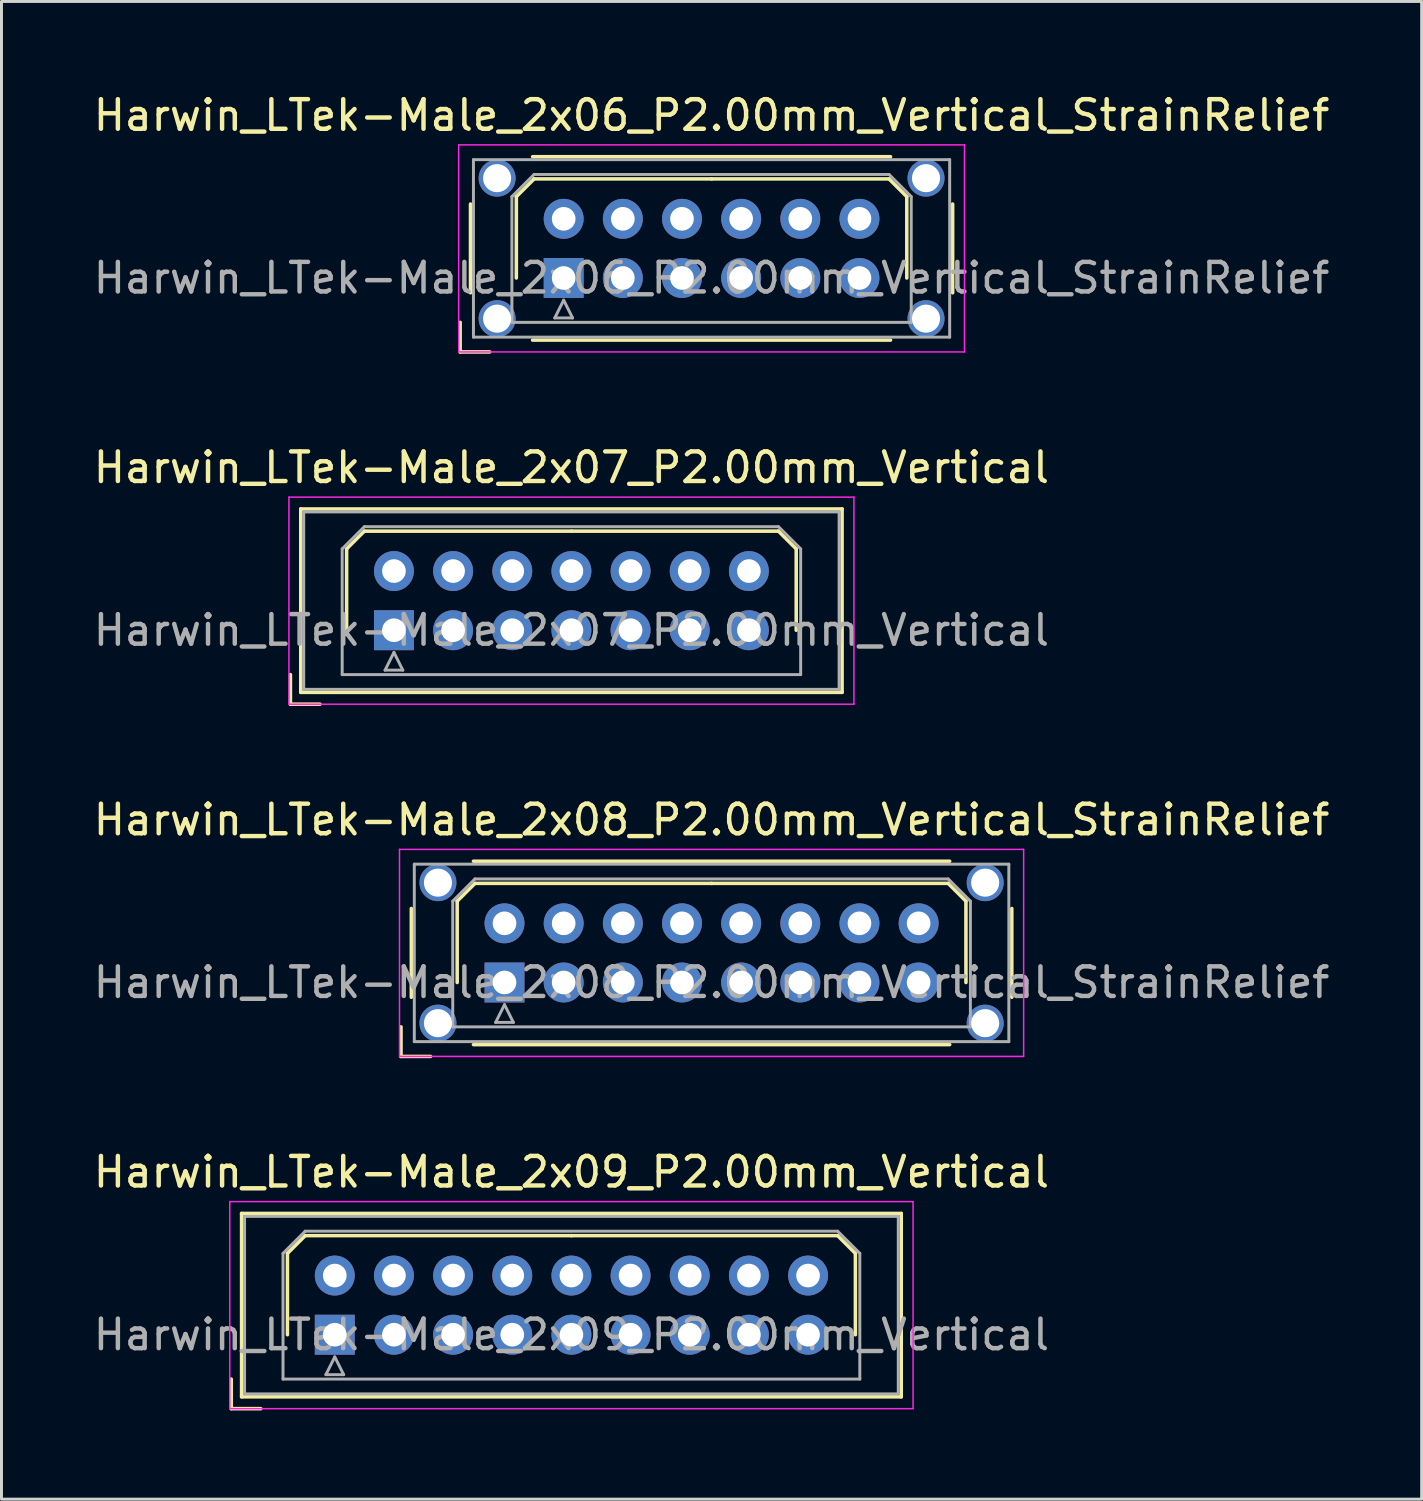
<source format=kicad_pcb>
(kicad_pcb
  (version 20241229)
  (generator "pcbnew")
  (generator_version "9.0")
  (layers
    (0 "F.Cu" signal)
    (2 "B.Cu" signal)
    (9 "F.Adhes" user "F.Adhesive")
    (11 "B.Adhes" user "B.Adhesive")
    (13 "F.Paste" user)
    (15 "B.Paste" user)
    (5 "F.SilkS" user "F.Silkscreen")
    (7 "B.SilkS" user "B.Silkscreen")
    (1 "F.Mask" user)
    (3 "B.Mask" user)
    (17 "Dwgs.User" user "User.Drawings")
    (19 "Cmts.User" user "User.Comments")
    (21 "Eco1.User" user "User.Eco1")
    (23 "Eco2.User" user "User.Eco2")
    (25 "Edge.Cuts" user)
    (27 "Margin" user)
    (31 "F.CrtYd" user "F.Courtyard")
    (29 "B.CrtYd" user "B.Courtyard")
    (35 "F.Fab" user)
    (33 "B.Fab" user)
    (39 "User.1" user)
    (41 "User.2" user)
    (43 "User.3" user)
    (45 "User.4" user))
  (footprint "Harwin_LTek-Male_2x08_P2.00mm_Vertical_StrainRelief"
    (layer "F.Cu")
    (at 14.006 30.165)
    (property "Reference" "Harwin_LTek-Male_2x08_P2.00mm_Vertical_StrainRelief" (at 7 -5.5 0) (layer "F.SilkS") (effects (font (size 1 1) (thickness 0.15))))
    (attr through_hole)
    (fp_line (start -3.5 1.5) (end -3.5 2.5) (stroke (width 0.12) (type solid)) (layer "F.SilkS"))
    (fp_line (start -3.5 2.5) (end -2.5 2.5) (stroke (width 0.12) (type solid)) (layer "F.SilkS"))
    (fp_line (start -3.15 -2.5) (end -3.15 0.5) (stroke (width 0.12) (type solid)) (layer "F.SilkS"))
    (fp_line (start -1.6 -2.75) (end -1 -3.35) (stroke (width 0.12) (type solid)) (layer "F.SilkS"))
    (fp_line (start -1.6 0) (end -1.6 -2.75) (stroke (width 0.12) (type solid)) (layer "F.SilkS"))
    (fp_line (start -1.05 -4.1) (end 15.05 -4.1) (stroke (width 0.12) (type solid)) (layer "F.SilkS"))
    (fp_line (start -1.05 2.1) (end 15.05 2.1) (stroke (width 0.12) (type solid)) (layer "F.SilkS"))
    (fp_line (start -1 -3.35) (end 7 -3.35) (stroke (width 0.12) (type solid)) (layer "F.SilkS"))
    (fp_line (start 15 -3.35) (end 7 -3.35) (stroke (width 0.12) (type solid)) (layer "F.SilkS"))
    (fp_line (start 15.6 -2.75) (end 15 -3.35) (stroke (width 0.12) (type solid)) (layer "F.SilkS"))
    (fp_line (start 15.6 0) (end 15.6 -2.75) (stroke (width 0.12) (type solid)) (layer "F.SilkS"))
    (fp_line (start 17.15 -2.5) (end 17.15 0.5) (stroke (width 0.12) (type solid)) (layer "F.SilkS"))
    (fp_line (start -3.55 -4.5) (end -3.55 2.5) (stroke (width 0.05) (type solid)) (layer "F.CrtYd"))
    (fp_line (start -3.55 2.5) (end 17.55 2.5) (stroke (width 0.05) (type solid)) (layer "F.CrtYd"))
    (fp_line (start 17.55 -4.5) (end -3.55 -4.5) (stroke (width 0.05) (type solid)) (layer "F.CrtYd"))
    (fp_line (start 17.55 2.5) (end 17.55 -4.5) (stroke (width 0.05) (type solid)) (layer "F.CrtYd"))
    (fp_line (start -3.05 -4) (end -3.05 2) (stroke (width 0.1) (type solid)) (layer "F.Fab"))
    (fp_line (start -3.05 2) (end 17.05 2) (stroke (width 0.1) (type solid)) (layer "F.Fab"))
    (fp_line (start -1.75 -2.75) (end -1 -3.5) (stroke (width 0.1) (type solid)) (layer "F.Fab"))
    (fp_line (start -1.75 1.5) (end -1.75 -2.75) (stroke (width 0.1) (type solid)) (layer "F.Fab"))
    (fp_line (start -1 -3.5) (end 15 -3.5) (stroke (width 0.1) (type solid)) (layer "F.Fab"))
    (fp_line (start -0.3 1.35) (end 0.3 1.35) (stroke (width 0.1) (type solid)) (layer "F.Fab"))
    (fp_line (start 0 0.75) (end -0.3 1.35) (stroke (width 0.1) (type solid)) (layer "F.Fab"))
    (fp_line (start 0.3 1.35) (end 0 0.75) (stroke (width 0.1) (type solid)) (layer "F.Fab"))
    (fp_line (start 15 -3.5) (end 15.75 -2.75) (stroke (width 0.1) (type solid)) (layer "F.Fab"))
    (fp_line (start 15.75 -2.75) (end 15.75 1.5) (stroke (width 0.1) (type solid)) (layer "F.Fab"))
    (fp_line (start 15.75 1.5) (end -1.75 1.5) (stroke (width 0.1) (type solid)) (layer "F.Fab"))
    (fp_line (start 17.05 -4) (end -3.05 -4) (stroke (width 0.1) (type solid)) (layer "F.Fab"))
    (fp_line (start 17.05 2) (end 17.05 -4) (stroke (width 0.1) (type solid)) (layer "F.Fab"))
    (fp_text user "${REFERENCE}" (at 7 0 0) (layer "F.Fab") (effects (font (size 1 1) (thickness 0.15))))
    (pad "" thru_hole circle (at -2.25 -3.375) (size 1.25 1.25) (drill 0.95) (layers "*.Cu" "*.Mask"))
    (pad "" thru_hole circle (at -2.25 1.375) (size 1.25 1.25) (drill 0.95) (layers "*.Cu" "*.Mask"))
    (pad "" thru_hole circle (at 16.25 -3.375) (size 1.25 1.25) (drill 0.95) (layers "*.Cu" "*.Mask"))
    (pad "" thru_hole circle (at 16.25 1.375) (size 1.25 1.25) (drill 0.95) (layers "*.Cu" "*.Mask"))
    (pad "1" thru_hole rect (at 0 0) (size 1.35 1.35) (drill 0.8) (layers "*.Cu" "*.Mask"))
    (pad "2" thru_hole circle (at 0 -2) (size 1.35 1.35) (drill 0.8) (layers "*.Cu" "*.Mask"))
    (pad "3" thru_hole circle (at 2 0) (size 1.35 1.35) (drill 0.8) (layers "*.Cu" "*.Mask"))
    (pad "4" thru_hole circle (at 2 -2) (size 1.35 1.35) (drill 0.8) (layers "*.Cu" "*.Mask"))
    (pad "5" thru_hole circle (at 4 0) (size 1.35 1.35) (drill 0.8) (layers "*.Cu" "*.Mask"))
    (pad "6" thru_hole circle (at 4 -2) (size 1.35 1.35) (drill 0.8) (layers "*.Cu" "*.Mask"))
    (pad "7" thru_hole circle (at 6 0) (size 1.35 1.35) (drill 0.8) (layers "*.Cu" "*.Mask"))
    (pad "8" thru_hole circle (at 6 -2) (size 1.35 1.35) (drill 0.8) (layers "*.Cu" "*.Mask"))
    (pad "9" thru_hole circle (at 8 0) (size 1.35 1.35) (drill 0.8) (layers "*.Cu" "*.Mask"))
    (pad "10" thru_hole circle (at 8 -2) (size 1.35 1.35) (drill 0.8) (layers "*.Cu" "*.Mask"))
    (pad "11" thru_hole circle (at 10 0) (size 1.35 1.35) (drill 0.8) (layers "*.Cu" "*.Mask"))
    (pad "12" thru_hole circle (at 10 -2) (size 1.35 1.35) (drill 0.8) (layers "*.Cu" "*.Mask"))
    (pad "13" thru_hole circle (at 12 0) (size 1.35 1.35) (drill 0.8) (layers "*.Cu" "*.Mask"))
    (pad "14" thru_hole circle (at 12 -2) (size 1.35 1.35) (drill 0.8) (layers "*.Cu" "*.Mask"))
    (pad "15" thru_hole circle (at 14 0) (size 1.35 1.35) (drill 0.8) (layers "*.Cu" "*.Mask"))
    (pad "16" thru_hole circle (at 14 -2) (size 1.35 1.35) (drill 0.8) (layers "*.Cu" "*.Mask")))
  (footprint "Harwin_LTek-Male_2x07_P2.00mm_Vertical"
    (layer "F.Cu")
    (at 10.268 18.256)
    (property "Reference" "Harwin_LTek-Male_2x07_P2.00mm_Vertical" (at 6 -5.5 0) (layer "F.SilkS") (effects (font (size 1 1) (thickness 0.15))))
    (attr through_hole)
    (fp_line (start -3.5 1.5) (end -3.5 2.5) (stroke (width 0.12) (type solid)) (layer "F.SilkS"))
    (fp_line (start -3.5 2.5) (end -2.5 2.5) (stroke (width 0.12) (type solid)) (layer "F.SilkS"))
    (fp_line (start -3.15 -4.1) (end -3.15 2.1) (stroke (width 0.12) (type solid)) (layer "F.SilkS"))
    (fp_line (start -3.15 2.1) (end 15.15 2.1) (stroke (width 0.12) (type solid)) (layer "F.SilkS"))
    (fp_line (start -1.6 -2.75) (end -1 -3.35) (stroke (width 0.12) (type solid)) (layer "F.SilkS"))
    (fp_line (start -1.6 0) (end -1.6 -2.75) (stroke (width 0.12) (type solid)) (layer "F.SilkS"))
    (fp_line (start -1 -3.35) (end 6 -3.35) (stroke (width 0.12) (type solid)) (layer "F.SilkS"))
    (fp_line (start 13 -3.35) (end 6 -3.35) (stroke (width 0.12) (type solid)) (layer "F.SilkS"))
    (fp_line (start 13.6 -2.75) (end 13 -3.35) (stroke (width 0.12) (type solid)) (layer "F.SilkS"))
    (fp_line (start 13.6 0) (end 13.6 -2.75) (stroke (width 0.12) (type solid)) (layer "F.SilkS"))
    (fp_line (start 15.15 -4.1) (end -3.15 -4.1) (stroke (width 0.12) (type solid)) (layer "F.SilkS"))
    (fp_line (start 15.15 2.1) (end 15.15 -4.1) (stroke (width 0.12) (type solid)) (layer "F.SilkS"))
    (fp_line (start -3.55 -4.5) (end -3.55 2.5) (stroke (width 0.05) (type solid)) (layer "F.CrtYd"))
    (fp_line (start -3.55 2.5) (end 15.55 2.5) (stroke (width 0.05) (type solid)) (layer "F.CrtYd"))
    (fp_line (start 15.55 -4.5) (end -3.55 -4.5) (stroke (width 0.05) (type solid)) (layer "F.CrtYd"))
    (fp_line (start 15.55 2.5) (end 15.55 -4.5) (stroke (width 0.05) (type solid)) (layer "F.CrtYd"))
    (fp_line (start -3.05 -4) (end -3.05 2) (stroke (width 0.1) (type solid)) (layer "F.Fab"))
    (fp_line (start -3.05 2) (end 15.05 2) (stroke (width 0.1) (type solid)) (layer "F.Fab"))
    (fp_line (start -1.75 -2.75) (end -1 -3.5) (stroke (width 0.1) (type solid)) (layer "F.Fab"))
    (fp_line (start -1.75 1.5) (end -1.75 -2.75) (stroke (width 0.1) (type solid)) (layer "F.Fab"))
    (fp_line (start -1 -3.5) (end 13 -3.5) (stroke (width 0.1) (type solid)) (layer "F.Fab"))
    (fp_line (start -0.3 1.35) (end 0.3 1.35) (stroke (width 0.1) (type solid)) (layer "F.Fab"))
    (fp_line (start 0 0.75) (end -0.3 1.35) (stroke (width 0.1) (type solid)) (layer "F.Fab"))
    (fp_line (start 0.3 1.35) (end 0 0.75) (stroke (width 0.1) (type solid)) (layer "F.Fab"))
    (fp_line (start 13 -3.5) (end 13.75 -2.75) (stroke (width 0.1) (type solid)) (layer "F.Fab"))
    (fp_line (start 13.75 -2.75) (end 13.75 1.5) (stroke (width 0.1) (type solid)) (layer "F.Fab"))
    (fp_line (start 13.75 1.5) (end -1.75 1.5) (stroke (width 0.1) (type solid)) (layer "F.Fab"))
    (fp_line (start 15.05 -4) (end -3.05 -4) (stroke (width 0.1) (type solid)) (layer "F.Fab"))
    (fp_line (start 15.05 2) (end 15.05 -4) (stroke (width 0.1) (type solid)) (layer "F.Fab"))
    (fp_text user "${REFERENCE}" (at 6 0 0) (layer "F.Fab") (effects (font (size 1 1) (thickness 0.15))))
    (pad "1" thru_hole rect (at 0 0) (size 1.35 1.35) (drill 0.8) (layers "*.Cu" "*.Mask"))
    (pad "2" thru_hole circle (at 0 -2) (size 1.35 1.35) (drill 0.8) (layers "*.Cu" "*.Mask"))
    (pad "3" thru_hole circle (at 2 0) (size 1.35 1.35) (drill 0.8) (layers "*.Cu" "*.Mask"))
    (pad "4" thru_hole circle (at 2 -2) (size 1.35 1.35) (drill 0.8) (layers "*.Cu" "*.Mask"))
    (pad "5" thru_hole circle (at 4 0) (size 1.35 1.35) (drill 0.8) (layers "*.Cu" "*.Mask"))
    (pad "6" thru_hole circle (at 4 -2) (size 1.35 1.35) (drill 0.8) (layers "*.Cu" "*.Mask"))
    (pad "7" thru_hole circle (at 6 0) (size 1.35 1.35) (drill 0.8) (layers "*.Cu" "*.Mask"))
    (pad "8" thru_hole circle (at 6 -2) (size 1.35 1.35) (drill 0.8) (layers "*.Cu" "*.Mask"))
    (pad "9" thru_hole circle (at 8 0) (size 1.35 1.35) (drill 0.8) (layers "*.Cu" "*.Mask"))
    (pad "10" thru_hole circle (at 8 -2) (size 1.35 1.35) (drill 0.8) (layers "*.Cu" "*.Mask"))
    (pad "11" thru_hole circle (at 10 0) (size 1.35 1.35) (drill 0.8) (layers "*.Cu" "*.Mask"))
    (pad "12" thru_hole circle (at 10 -2) (size 1.35 1.35) (drill 0.8) (layers "*.Cu" "*.Mask"))
    (pad "13" thru_hole circle (at 12 0) (size 1.35 1.35) (drill 0.8) (layers "*.Cu" "*.Mask"))
    (pad "14" thru_hole circle (at 12 -2) (size 1.35 1.35) (drill 0.8) (layers "*.Cu" "*.Mask")))
  (footprint "Harwin_LTek-Male_2x09_P2.00mm_Vertical"
    (layer "F.Cu")
    (at 8.268 42.073)
    (property "Reference" "Harwin_LTek-Male_2x09_P2.00mm_Vertical" (at 8 -5.5 0) (layer "F.SilkS") (effects (font (size 1 1) (thickness 0.15))))
    (attr through_hole)
    (fp_line (start -3.5 1.5) (end -3.5 2.5) (stroke (width 0.12) (type solid)) (layer "F.SilkS"))
    (fp_line (start -3.5 2.5) (end -2.5 2.5) (stroke (width 0.12) (type solid)) (layer "F.SilkS"))
    (fp_line (start -3.15 -4.1) (end -3.15 2.1) (stroke (width 0.12) (type solid)) (layer "F.SilkS"))
    (fp_line (start -3.15 2.1) (end 19.15 2.1) (stroke (width 0.12) (type solid)) (layer "F.SilkS"))
    (fp_line (start -1.6 -2.75) (end -1 -3.35) (stroke (width 0.12) (type solid)) (layer "F.SilkS"))
    (fp_line (start -1.6 0) (end -1.6 -2.75) (stroke (width 0.12) (type solid)) (layer "F.SilkS"))
    (fp_line (start -1 -3.35) (end 8 -3.35) (stroke (width 0.12) (type solid)) (layer "F.SilkS"))
    (fp_line (start 17 -3.35) (end 8 -3.35) (stroke (width 0.12) (type solid)) (layer "F.SilkS"))
    (fp_line (start 17.6 -2.75) (end 17 -3.35) (stroke (width 0.12) (type solid)) (layer "F.SilkS"))
    (fp_line (start 17.6 0) (end 17.6 -2.75) (stroke (width 0.12) (type solid)) (layer "F.SilkS"))
    (fp_line (start 19.15 -4.1) (end -3.15 -4.1) (stroke (width 0.12) (type solid)) (layer "F.SilkS"))
    (fp_line (start 19.15 2.1) (end 19.15 -4.1) (stroke (width 0.12) (type solid)) (layer "F.SilkS"))
    (fp_line (start -3.55 -4.5) (end -3.55 2.5) (stroke (width 0.05) (type solid)) (layer "F.CrtYd"))
    (fp_line (start -3.55 2.5) (end 19.55 2.5) (stroke (width 0.05) (type solid)) (layer "F.CrtYd"))
    (fp_line (start 19.55 -4.5) (end -3.55 -4.5) (stroke (width 0.05) (type solid)) (layer "F.CrtYd"))
    (fp_line (start 19.55 2.5) (end 19.55 -4.5) (stroke (width 0.05) (type solid)) (layer "F.CrtYd"))
    (fp_line (start -3.05 -4) (end -3.05 2) (stroke (width 0.1) (type solid)) (layer "F.Fab"))
    (fp_line (start -3.05 2) (end 19.05 2) (stroke (width 0.1) (type solid)) (layer "F.Fab"))
    (fp_line (start -1.75 -2.75) (end -1 -3.5) (stroke (width 0.1) (type solid)) (layer "F.Fab"))
    (fp_line (start -1.75 1.5) (end -1.75 -2.75) (stroke (width 0.1) (type solid)) (layer "F.Fab"))
    (fp_line (start -1 -3.5) (end 17 -3.5) (stroke (width 0.1) (type solid)) (layer "F.Fab"))
    (fp_line (start -0.3 1.35) (end 0.3 1.35) (stroke (width 0.1) (type solid)) (layer "F.Fab"))
    (fp_line (start 0 0.75) (end -0.3 1.35) (stroke (width 0.1) (type solid)) (layer "F.Fab"))
    (fp_line (start 0.3 1.35) (end 0 0.75) (stroke (width 0.1) (type solid)) (layer "F.Fab"))
    (fp_line (start 17 -3.5) (end 17.75 -2.75) (stroke (width 0.1) (type solid)) (layer "F.Fab"))
    (fp_line (start 17.75 -2.75) (end 17.75 1.5) (stroke (width 0.1) (type solid)) (layer "F.Fab"))
    (fp_line (start 17.75 1.5) (end -1.75 1.5) (stroke (width 0.1) (type solid)) (layer "F.Fab"))
    (fp_line (start 19.05 -4) (end -3.05 -4) (stroke (width 0.1) (type solid)) (layer "F.Fab"))
    (fp_line (start 19.05 2) (end 19.05 -4) (stroke (width 0.1) (type solid)) (layer "F.Fab"))
    (fp_text user "${REFERENCE}" (at 8 0 0) (layer "F.Fab") (effects (font (size 1 1) (thickness 0.15))))
    (pad "1" thru_hole rect (at 0 0) (size 1.35 1.35) (drill 0.8) (layers "*.Cu" "*.Mask"))
    (pad "2" thru_hole circle (at 0 -2) (size 1.35 1.35) (drill 0.8) (layers "*.Cu" "*.Mask"))
    (pad "3" thru_hole circle (at 2 0) (size 1.35 1.35) (drill 0.8) (layers "*.Cu" "*.Mask"))
    (pad "4" thru_hole circle (at 2 -2) (size 1.35 1.35) (drill 0.8) (layers "*.Cu" "*.Mask"))
    (pad "5" thru_hole circle (at 4 0) (size 1.35 1.35) (drill 0.8) (layers "*.Cu" "*.Mask"))
    (pad "6" thru_hole circle (at 4 -2) (size 1.35 1.35) (drill 0.8) (layers "*.Cu" "*.Mask"))
    (pad "7" thru_hole circle (at 6 0) (size 1.35 1.35) (drill 0.8) (layers "*.Cu" "*.Mask"))
    (pad "8" thru_hole circle (at 6 -2) (size 1.35 1.35) (drill 0.8) (layers "*.Cu" "*.Mask"))
    (pad "9" thru_hole circle (at 8 0) (size 1.35 1.35) (drill 0.8) (layers "*.Cu" "*.Mask"))
    (pad "10" thru_hole circle (at 8 -2) (size 1.35 1.35) (drill 0.8) (layers "*.Cu" "*.Mask"))
    (pad "11" thru_hole circle (at 10 0) (size 1.35 1.35) (drill 0.8) (layers "*.Cu" "*.Mask"))
    (pad "12" thru_hole circle (at 10 -2) (size 1.35 1.35) (drill 0.8) (layers "*.Cu" "*.Mask"))
    (pad "13" thru_hole circle (at 12 0) (size 1.35 1.35) (drill 0.8) (layers "*.Cu" "*.Mask"))
    (pad "14" thru_hole circle (at 12 -2) (size 1.35 1.35) (drill 0.8) (layers "*.Cu" "*.Mask"))
    (pad "15" thru_hole circle (at 14 0) (size 1.35 1.35) (drill 0.8) (layers "*.Cu" "*.Mask"))
    (pad "16" thru_hole circle (at 14 -2) (size 1.35 1.35) (drill 0.8) (layers "*.Cu" "*.Mask"))
    (pad "17" thru_hole circle (at 16 0) (size 1.35 1.35) (drill 0.8) (layers "*.Cu" "*.Mask"))
    (pad "18" thru_hole circle (at 16 -2) (size 1.35 1.35) (drill 0.8) (layers "*.Cu" "*.Mask")))
  (footprint "Harwin_LTek-Male_2x06_P2.00mm_Vertical_StrainRelief"
    (layer "F.Cu")
    (at 16.006 6.348)
    (property "Reference" "Harwin_LTek-Male_2x06_P2.00mm_Vertical_StrainRelief" (at 5 -5.5 0) (layer "F.SilkS") (effects (font (size 1 1) (thickness 0.15))))
    (attr through_hole)
    (fp_line (start -3.5 1.5) (end -3.5 2.5) (stroke (width 0.12) (type solid)) (layer "F.SilkS"))
    (fp_line (start -3.5 2.5) (end -2.5 2.5) (stroke (width 0.12) (type solid)) (layer "F.SilkS"))
    (fp_line (start -3.15 -2.5) (end -3.15 0.5) (stroke (width 0.12) (type solid)) (layer "F.SilkS"))
    (fp_line (start -1.6 -2.75) (end -1 -3.35) (stroke (width 0.12) (type solid)) (layer "F.SilkS"))
    (fp_line (start -1.6 0) (end -1.6 -2.75) (stroke (width 0.12) (type solid)) (layer "F.SilkS"))
    (fp_line (start -1.05 -4.1) (end 11.05 -4.1) (stroke (width 0.12) (type solid)) (layer "F.SilkS"))
    (fp_line (start -1.05 2.1) (end 11.05 2.1) (stroke (width 0.12) (type solid)) (layer "F.SilkS"))
    (fp_line (start -1 -3.35) (end 5 -3.35) (stroke (width 0.12) (type solid)) (layer "F.SilkS"))
    (fp_line (start 11 -3.35) (end 5 -3.35) (stroke (width 0.12) (type solid)) (layer "F.SilkS"))
    (fp_line (start 11.6 -2.75) (end 11 -3.35) (stroke (width 0.12) (type solid)) (layer "F.SilkS"))
    (fp_line (start 11.6 0) (end 11.6 -2.75) (stroke (width 0.12) (type solid)) (layer "F.SilkS"))
    (fp_line (start 13.15 -2.5) (end 13.15 0.5) (stroke (width 0.12) (type solid)) (layer "F.SilkS"))
    (fp_line (start -3.55 -4.5) (end -3.55 2.5) (stroke (width 0.05) (type solid)) (layer "F.CrtYd"))
    (fp_line (start -3.55 2.5) (end 13.55 2.5) (stroke (width 0.05) (type solid)) (layer "F.CrtYd"))
    (fp_line (start 13.55 -4.5) (end -3.55 -4.5) (stroke (width 0.05) (type solid)) (layer "F.CrtYd"))
    (fp_line (start 13.55 2.5) (end 13.55 -4.5) (stroke (width 0.05) (type solid)) (layer "F.CrtYd"))
    (fp_line (start -3.05 -4) (end -3.05 2) (stroke (width 0.1) (type solid)) (layer "F.Fab"))
    (fp_line (start -3.05 2) (end 13.05 2) (stroke (width 0.1) (type solid)) (layer "F.Fab"))
    (fp_line (start -1.75 -2.75) (end -1 -3.5) (stroke (width 0.1) (type solid)) (layer "F.Fab"))
    (fp_line (start -1.75 1.5) (end -1.75 -2.75) (stroke (width 0.1) (type solid)) (layer "F.Fab"))
    (fp_line (start -1 -3.5) (end 11 -3.5) (stroke (width 0.1) (type solid)) (layer "F.Fab"))
    (fp_line (start -0.3 1.35) (end 0.3 1.35) (stroke (width 0.1) (type solid)) (layer "F.Fab"))
    (fp_line (start 0 0.75) (end -0.3 1.35) (stroke (width 0.1) (type solid)) (layer "F.Fab"))
    (fp_line (start 0.3 1.35) (end 0 0.75) (stroke (width 0.1) (type solid)) (layer "F.Fab"))
    (fp_line (start 11 -3.5) (end 11.75 -2.75) (stroke (width 0.1) (type solid)) (layer "F.Fab"))
    (fp_line (start 11.75 -2.75) (end 11.75 1.5) (stroke (width 0.1) (type solid)) (layer "F.Fab"))
    (fp_line (start 11.75 1.5) (end -1.75 1.5) (stroke (width 0.1) (type solid)) (layer "F.Fab"))
    (fp_line (start 13.05 -4) (end -3.05 -4) (stroke (width 0.1) (type solid)) (layer "F.Fab"))
    (fp_line (start 13.05 2) (end 13.05 -4) (stroke (width 0.1) (type solid)) (layer "F.Fab"))
    (fp_text user "${REFERENCE}" (at 5 0 0) (layer "F.Fab") (effects (font (size 1 1) (thickness 0.15))))
    (pad "" thru_hole circle (at -2.25 -3.375) (size 1.25 1.25) (drill 0.95) (layers "*.Cu" "*.Mask"))
    (pad "" thru_hole circle (at -2.25 1.375) (size 1.25 1.25) (drill 0.95) (layers "*.Cu" "*.Mask"))
    (pad "" thru_hole circle (at 12.25 -3.375) (size 1.25 1.25) (drill 0.95) (layers "*.Cu" "*.Mask"))
    (pad "" thru_hole circle (at 12.25 1.375) (size 1.25 1.25) (drill 0.95) (layers "*.Cu" "*.Mask"))
    (pad "1" thru_hole rect (at 0 0) (size 1.35 1.35) (drill 0.8) (layers "*.Cu" "*.Mask"))
    (pad "2" thru_hole circle (at 0 -2) (size 1.35 1.35) (drill 0.8) (layers "*.Cu" "*.Mask"))
    (pad "3" thru_hole circle (at 2 0) (size 1.35 1.35) (drill 0.8) (layers "*.Cu" "*.Mask"))
    (pad "4" thru_hole circle (at 2 -2) (size 1.35 1.35) (drill 0.8) (layers "*.Cu" "*.Mask"))
    (pad "5" thru_hole circle (at 4 0) (size 1.35 1.35) (drill 0.8) (layers "*.Cu" "*.Mask"))
    (pad "6" thru_hole circle (at 4 -2) (size 1.35 1.35) (drill 0.8) (layers "*.Cu" "*.Mask"))
    (pad "7" thru_hole circle (at 6 0) (size 1.35 1.35) (drill 0.8) (layers "*.Cu" "*.Mask"))
    (pad "8" thru_hole circle (at 6 -2) (size 1.35 1.35) (drill 0.8) (layers "*.Cu" "*.Mask"))
    (pad "9" thru_hole circle (at 8 0) (size 1.35 1.35) (drill 0.8) (layers "*.Cu" "*.Mask"))
    (pad "10" thru_hole circle (at 8 -2) (size 1.35 1.35) (drill 0.8) (layers "*.Cu" "*.Mask"))
    (pad "11" thru_hole circle (at 10 0) (size 1.35 1.35) (drill 0.8) (layers "*.Cu" "*.Mask"))
    (pad "12" thru_hole circle (at 10 -2) (size 1.35 1.35) (drill 0.8) (layers "*.Cu" "*.Mask")))
  (gr_rect
    (start -3 -3)
    (end 45.012 47.633)
    (stroke (width 0.1) (type default))
    (fill no)
    (layer "Edge.Cuts")))
</source>
